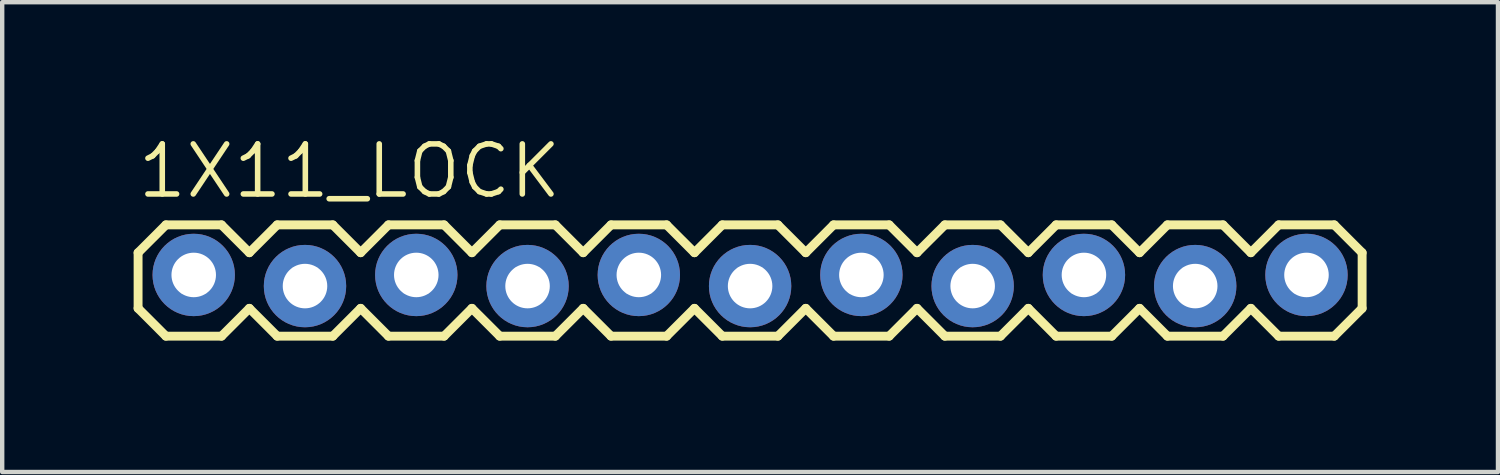
<source format=kicad_pcb>
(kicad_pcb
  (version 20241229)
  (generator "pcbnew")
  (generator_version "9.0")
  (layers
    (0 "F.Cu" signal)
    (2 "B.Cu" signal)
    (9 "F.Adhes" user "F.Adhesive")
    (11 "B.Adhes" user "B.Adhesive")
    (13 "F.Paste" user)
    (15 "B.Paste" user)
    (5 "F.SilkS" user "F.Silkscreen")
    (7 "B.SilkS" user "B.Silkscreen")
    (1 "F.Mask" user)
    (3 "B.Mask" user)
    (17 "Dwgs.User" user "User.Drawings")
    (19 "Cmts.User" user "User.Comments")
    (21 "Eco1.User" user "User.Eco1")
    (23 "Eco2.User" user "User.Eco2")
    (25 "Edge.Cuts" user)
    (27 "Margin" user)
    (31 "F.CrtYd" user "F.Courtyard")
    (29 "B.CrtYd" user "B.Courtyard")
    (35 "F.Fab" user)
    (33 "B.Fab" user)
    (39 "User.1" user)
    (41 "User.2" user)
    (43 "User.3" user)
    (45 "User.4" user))
  (footprint "1X11_LOCK"
    (layer "F.Cu")
    (at 1.372 3.353)
    (property "Reference" "1X11_LOCK" (at -1.346 -1.829 0) (layer "F.SilkS") (effects (font (size 1.143 1.143) (thickness 0.127)) (justify left bottom)))
    (fp_line (start -1.27 -0.635) (end -1.27 0.635) (stroke (width 0.203) (type solid)) (layer "F.SilkS"))
    (fp_line (start -1.27 0.635) (end -0.635 1.27) (stroke (width 0.203) (type solid)) (layer "F.SilkS"))
    (fp_line (start -0.635 -1.27) (end -1.27 -0.635) (stroke (width 0.203) (type solid)) (layer "F.SilkS"))
    (fp_line (start -0.635 -1.27) (end 0.635 -1.27) (stroke (width 0.203) (type solid)) (layer "F.SilkS"))
    (fp_line (start 0.635 -1.27) (end 1.27 -0.635) (stroke (width 0.203) (type solid)) (layer "F.SilkS"))
    (fp_line (start 0.635 1.27) (end -0.635 1.27) (stroke (width 0.203) (type solid)) (layer "F.SilkS"))
    (fp_line (start 1.27 -0.635) (end 1.905 -1.27) (stroke (width 0.203) (type solid)) (layer "F.SilkS"))
    (fp_line (start 1.27 0.635) (end 0.635 1.27) (stroke (width 0.203) (type solid)) (layer "F.SilkS"))
    (fp_line (start 1.905 -1.27) (end 3.175 -1.27) (stroke (width 0.203) (type solid)) (layer "F.SilkS"))
    (fp_line (start 1.905 1.27) (end 1.27 0.635) (stroke (width 0.203) (type solid)) (layer "F.SilkS"))
    (fp_line (start 3.175 -1.27) (end 3.81 -0.635) (stroke (width 0.203) (type solid)) (layer "F.SilkS"))
    (fp_line (start 3.175 1.27) (end 1.905 1.27) (stroke (width 0.203) (type solid)) (layer "F.SilkS"))
    (fp_line (start 3.81 -0.635) (end 4.445 -1.27) (stroke (width 0.203) (type solid)) (layer "F.SilkS"))
    (fp_line (start 3.81 0.635) (end 3.175 1.27) (stroke (width 0.203) (type solid)) (layer "F.SilkS"))
    (fp_line (start 4.445 -1.27) (end 5.715 -1.27) (stroke (width 0.203) (type solid)) (layer "F.SilkS"))
    (fp_line (start 4.445 1.27) (end 3.81 0.635) (stroke (width 0.203) (type solid)) (layer "F.SilkS"))
    (fp_line (start 5.715 -1.27) (end 6.35 -0.635) (stroke (width 0.203) (type solid)) (layer "F.SilkS"))
    (fp_line (start 5.715 1.27) (end 4.445 1.27) (stroke (width 0.203) (type solid)) (layer "F.SilkS"))
    (fp_line (start 6.35 0.635) (end 5.715 1.27) (stroke (width 0.203) (type solid)) (layer "F.SilkS"))
    (fp_line (start 6.35 0.635) (end 6.985 1.27) (stroke (width 0.203) (type solid)) (layer "F.SilkS"))
    (fp_line (start 6.985 -1.27) (end 6.35 -0.635) (stroke (width 0.203) (type solid)) (layer "F.SilkS"))
    (fp_line (start 6.985 -1.27) (end 8.255 -1.27) (stroke (width 0.203) (type solid)) (layer "F.SilkS"))
    (fp_line (start 8.255 -1.27) (end 8.89 -0.635) (stroke (width 0.203) (type solid)) (layer "F.SilkS"))
    (fp_line (start 8.255 1.27) (end 6.985 1.27) (stroke (width 0.203) (type solid)) (layer "F.SilkS"))
    (fp_line (start 8.89 -0.635) (end 9.525 -1.27) (stroke (width 0.203) (type solid)) (layer "F.SilkS"))
    (fp_line (start 8.89 0.635) (end 8.255 1.27) (stroke (width 0.203) (type solid)) (layer "F.SilkS"))
    (fp_line (start 9.525 -1.27) (end 10.795 -1.27) (stroke (width 0.203) (type solid)) (layer "F.SilkS"))
    (fp_line (start 9.525 1.27) (end 8.89 0.635) (stroke (width 0.203) (type solid)) (layer "F.SilkS"))
    (fp_line (start 10.795 -1.27) (end 11.43 -0.635) (stroke (width 0.203) (type solid)) (layer "F.SilkS"))
    (fp_line (start 10.795 1.27) (end 9.525 1.27) (stroke (width 0.203) (type solid)) (layer "F.SilkS"))
    (fp_line (start 11.43 -0.635) (end 12.065 -1.27) (stroke (width 0.203) (type solid)) (layer "F.SilkS"))
    (fp_line (start 11.43 0.635) (end 10.795 1.27) (stroke (width 0.203) (type solid)) (layer "F.SilkS"))
    (fp_line (start 12.065 -1.27) (end 13.335 -1.27) (stroke (width 0.203) (type solid)) (layer "F.SilkS"))
    (fp_line (start 12.065 1.27) (end 11.43 0.635) (stroke (width 0.203) (type solid)) (layer "F.SilkS"))
    (fp_line (start 13.335 -1.27) (end 13.97 -0.635) (stroke (width 0.203) (type solid)) (layer "F.SilkS"))
    (fp_line (start 13.335 1.27) (end 12.065 1.27) (stroke (width 0.203) (type solid)) (layer "F.SilkS"))
    (fp_line (start 13.97 0.635) (end 13.335 1.27) (stroke (width 0.203) (type solid)) (layer "F.SilkS"))
    (fp_line (start 13.97 0.635) (end 14.605 1.27) (stroke (width 0.203) (type solid)) (layer "F.SilkS"))
    (fp_line (start 14.605 -1.27) (end 13.97 -0.635) (stroke (width 0.203) (type solid)) (layer "F.SilkS"))
    (fp_line (start 14.605 -1.27) (end 15.875 -1.27) (stroke (width 0.203) (type solid)) (layer "F.SilkS"))
    (fp_line (start 15.875 -1.27) (end 16.51 -0.635) (stroke (width 0.203) (type solid)) (layer "F.SilkS"))
    (fp_line (start 15.875 1.27) (end 14.605 1.27) (stroke (width 0.203) (type solid)) (layer "F.SilkS"))
    (fp_line (start 16.51 0.635) (end 15.875 1.27) (stroke (width 0.203) (type solid)) (layer "F.SilkS"))
    (fp_line (start 16.51 0.635) (end 17.145 1.27) (stroke (width 0.203) (type solid)) (layer "F.SilkS"))
    (fp_line (start 17.145 -1.27) (end 16.51 -0.635) (stroke (width 0.203) (type solid)) (layer "F.SilkS"))
    (fp_line (start 17.145 -1.27) (end 18.415 -1.27) (stroke (width 0.203) (type solid)) (layer "F.SilkS"))
    (fp_line (start 18.415 -1.27) (end 19.05 -0.635) (stroke (width 0.203) (type solid)) (layer "F.SilkS"))
    (fp_line (start 18.415 1.27) (end 17.145 1.27) (stroke (width 0.203) (type solid)) (layer "F.SilkS"))
    (fp_line (start 19.05 0.635) (end 18.415 1.27) (stroke (width 0.203) (type solid)) (layer "F.SilkS"))
    (fp_line (start 19.05 0.635) (end 19.685 1.27) (stroke (width 0.203) (type solid)) (layer "F.SilkS"))
    (fp_line (start 19.685 -1.27) (end 19.05 -0.635) (stroke (width 0.203) (type solid)) (layer "F.SilkS"))
    (fp_line (start 19.685 -1.27) (end 20.955 -1.27) (stroke (width 0.203) (type solid)) (layer "F.SilkS"))
    (fp_line (start 20.955 -1.27) (end 21.59 -0.635) (stroke (width 0.203) (type solid)) (layer "F.SilkS"))
    (fp_line (start 20.955 1.27) (end 19.685 1.27) (stroke (width 0.203) (type solid)) (layer "F.SilkS"))
    (fp_line (start 21.59 0.635) (end 20.955 1.27) (stroke (width 0.203) (type solid)) (layer "F.SilkS"))
    (fp_line (start 21.59 0.635) (end 22.225 1.27) (stroke (width 0.203) (type solid)) (layer "F.SilkS"))
    (fp_line (start 22.225 -1.27) (end 21.59 -0.635) (stroke (width 0.203) (type solid)) (layer "F.SilkS"))
    (fp_line (start 22.225 -1.27) (end 23.495 -1.27) (stroke (width 0.203) (type solid)) (layer "F.SilkS"))
    (fp_line (start 23.495 -1.27) (end 24.13 -0.635) (stroke (width 0.203) (type solid)) (layer "F.SilkS"))
    (fp_line (start 23.495 1.27) (end 22.225 1.27) (stroke (width 0.203) (type solid)) (layer "F.SilkS"))
    (fp_line (start 24.13 0.635) (end 23.495 1.27) (stroke (width 0.203) (type solid)) (layer "F.SilkS"))
    (fp_line (start 24.13 0.635) (end 24.765 1.27) (stroke (width 0.203) (type solid)) (layer "F.SilkS"))
    (fp_line (start 24.765 -1.27) (end 24.13 -0.635) (stroke (width 0.203) (type solid)) (layer "F.SilkS"))
    (fp_line (start 24.765 -1.27) (end 26.035 -1.27) (stroke (width 0.203) (type solid)) (layer "F.SilkS"))
    (fp_line (start 26.035 -1.27) (end 26.67 -0.635) (stroke (width 0.203) (type solid)) (layer "F.SilkS"))
    (fp_line (start 26.035 1.27) (end 24.765 1.27) (stroke (width 0.203) (type solid)) (layer "F.SilkS"))
    (fp_line (start 26.67 -0.635) (end 26.67 0.635) (stroke (width 0.203) (type solid)) (layer "F.SilkS"))
    (fp_line (start 26.67 0.635) (end 26.035 1.27) (stroke (width 0.203) (type solid)) (layer "F.SilkS"))
    (fp_poly (pts (xy -0.254 0.254) (xy 0.254 0.254) (xy 0.254 -0.254) (xy -0.254 -0.254)) (stroke (width 0.1) (type default)) (fill no) (layer "F.Fab"))
    (fp_poly (pts (xy 2.286 0.254) (xy 2.794 0.254) (xy 2.794 -0.254) (xy 2.286 -0.254)) (stroke (width 0.1) (type default)) (fill no) (layer "F.Fab"))
    (fp_poly (pts (xy 4.826 0.254) (xy 5.334 0.254) (xy 5.334 -0.254) (xy 4.826 -0.254)) (stroke (width 0.1) (type default)) (fill no) (layer "F.Fab"))
    (fp_poly (pts (xy 7.366 0.254) (xy 7.874 0.254) (xy 7.874 -0.254) (xy 7.366 -0.254)) (stroke (width 0.1) (type default)) (fill no) (layer "F.Fab"))
    (fp_poly (pts (xy 9.906 0.254) (xy 10.414 0.254) (xy 10.414 -0.254) (xy 9.906 -0.254)) (stroke (width 0.1) (type default)) (fill no) (layer "F.Fab"))
    (fp_poly (pts (xy 12.446 0.254) (xy 12.954 0.254) (xy 12.954 -0.254) (xy 12.446 -0.254)) (stroke (width 0.1) (type default)) (fill no) (layer "F.Fab"))
    (fp_poly (pts (xy 14.986 0.254) (xy 15.494 0.254) (xy 15.494 -0.254) (xy 14.986 -0.254)) (stroke (width 0.1) (type default)) (fill no) (layer "F.Fab"))
    (fp_poly (pts (xy 17.526 0.254) (xy 18.034 0.254) (xy 18.034 -0.254) (xy 17.526 -0.254)) (stroke (width 0.1) (type default)) (fill no) (layer "F.Fab"))
    (fp_poly (pts (xy 20.066 0.254) (xy 20.574 0.254) (xy 20.574 -0.254) (xy 20.066 -0.254)) (stroke (width 0.1) (type default)) (fill no) (layer "F.Fab"))
    (fp_poly (pts (xy 22.606 0.254) (xy 23.114 0.254) (xy 23.114 -0.254) (xy 22.606 -0.254)) (stroke (width 0.1) (type default)) (fill no) (layer "F.Fab"))
    (fp_poly (pts (xy 25.146 0.254) (xy 25.654 0.254) (xy 25.654 -0.254) (xy 25.146 -0.254)) (stroke (width 0.1) (type default)) (fill no) (layer "F.Fab"))
    (pad "1" thru_hole circle (at 0 -0.127 90) (size 1.88 1.88) (drill 1.016) (layers "*.Cu" "*.Mask"))
    (pad "2" thru_hole circle (at 2.54 0.127 90) (size 1.88 1.88) (drill 1.016) (layers "*.Cu" "*.Mask"))
    (pad "3" thru_hole circle (at 5.08 -0.127 90) (size 1.88 1.88) (drill 1.016) (layers "*.Cu" "*.Mask"))
    (pad "4" thru_hole circle (at 7.62 0.127 90) (size 1.88 1.88) (drill 1.016) (layers "*.Cu" "*.Mask"))
    (pad "5" thru_hole circle (at 10.16 -0.127 90) (size 1.88 1.88) (drill 1.016) (layers "*.Cu" "*.Mask"))
    (pad "6" thru_hole circle (at 12.7 0.127 90) (size 1.88 1.88) (drill 1.016) (layers "*.Cu" "*.Mask"))
    (pad "7" thru_hole circle (at 15.24 -0.127 90) (size 1.88 1.88) (drill 1.016) (layers "*.Cu" "*.Mask"))
    (pad "8" thru_hole circle (at 17.78 0.127 90) (size 1.88 1.88) (drill 1.016) (layers "*.Cu" "*.Mask"))
    (pad "9" thru_hole circle (at 20.32 -0.127 90) (size 1.88 1.88) (drill 1.016) (layers "*.Cu" "*.Mask"))
    (pad "10" thru_hole circle (at 22.86 0.127 90) (size 1.88 1.88) (drill 1.016) (layers "*.Cu" "*.Mask"))
    (pad "11" thru_hole circle (at 25.4 -0.127 90) (size 1.88 1.88) (drill 1.016) (layers "*.Cu" "*.Mask")))
  (gr_rect
    (start -3 -3)
    (end 31.143 7.724)
    (stroke (width 0.1) (type default))
    (fill no)
    (layer "Edge.Cuts")))
</source>
